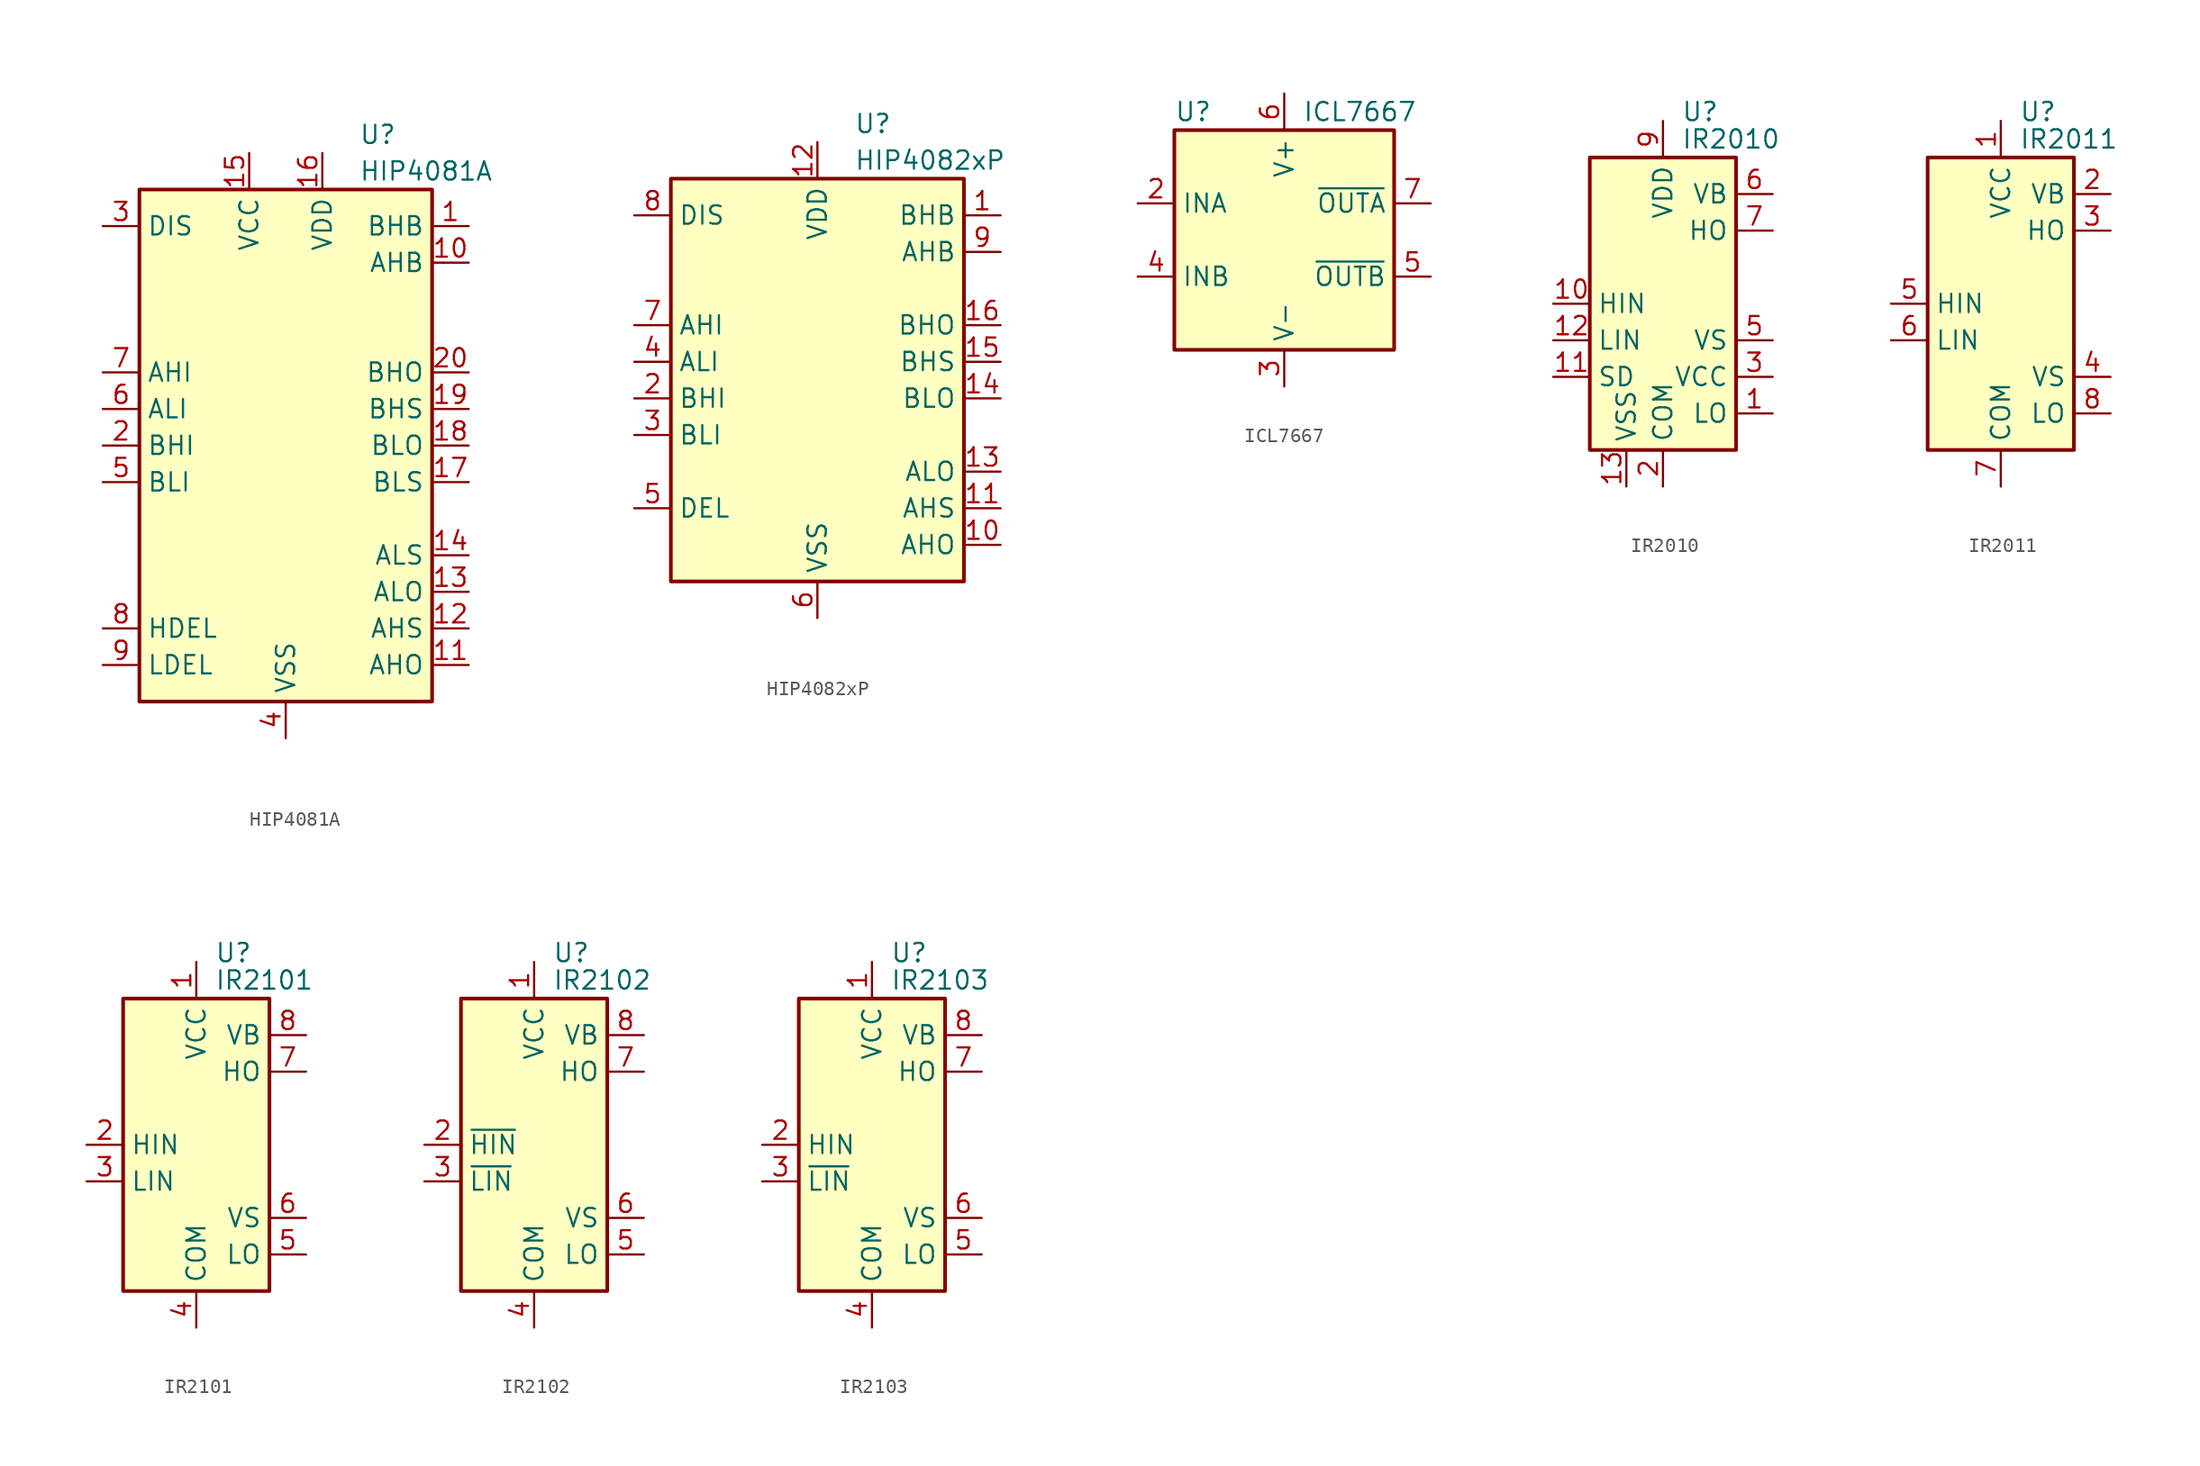
<source format=kicad_sym>
(kicad_symbol_lib
  (version 20220914)
  (generator kicad_symbol_editor)
  (symbol "HIP4081A"
    (property "Reference" "U"
      (at 5.08 21.59 0)
      (effects (font (size 1.27 1.27)) (justify left)))
    (property "Value" "HIP4081A"
      (at 5.08 19.05 0)
      (effects (font (size 1.27 1.27)) (justify left)))
    (symbol "HIP4081A_0_1"
      (rectangle (start -10.16 -17.78) (end 10.16 17.78) (stroke (width 0.254) (type default)) (fill (type background))))
    (symbol "HIP4081A_1_1"
      (pin input line (at 12.7 15.24 180) (length 2.54) (name "BHB" (effects (font (size 1.27 1.27)))) (number "1" (effects (font (size 1.27 1.27)))))
      (pin input line (at 12.7 12.7 180) (length 2.54) (name "AHB" (effects (font (size 1.27 1.27)))) (number "10" (effects (font (size 1.27 1.27)))))
      (pin output line (at 12.7 -15.24 180) (length 2.54) (name "AHO" (effects (font (size 1.27 1.27)))) (number "11" (effects (font (size 1.27 1.27)))))
      (pin passive line (at 12.7 -12.7 180) (length 2.54) (name "AHS" (effects (font (size 1.27 1.27)))) (number "12" (effects (font (size 1.27 1.27)))))
      (pin output line (at 12.7 -10.16 180) (length 2.54) (name "ALO" (effects (font (size 1.27 1.27)))) (number "13" (effects (font (size 1.27 1.27)))))
      (pin passive line (at 12.7 -7.62 180) (length 2.54) (name "ALS" (effects (font (size 1.27 1.27)))) (number "14" (effects (font (size 1.27 1.27)))))
      (pin power_in line (at -2.54 20.32 270) (length 2.54) (name "VCC" (effects (font (size 1.27 1.27)))) (number "15" (effects (font (size 1.27 1.27)))))
      (pin power_in line (at 2.54 20.32 270) (length 2.54) (name "VDD" (effects (font (size 1.27 1.27)))) (number "16" (effects (font (size 1.27 1.27)))))
      (pin passive line (at 12.7 -2.54 180) (length 2.54) (name "BLS" (effects (font (size 1.27 1.27)))) (number "17" (effects (font (size 1.27 1.27)))))
      (pin output line (at 12.7 0 180) (length 2.54) (name "BLO" (effects (font (size 1.27 1.27)))) (number "18" (effects (font (size 1.27 1.27)))))
      (pin passive line (at 12.7 2.54 180) (length 2.54) (name "BHS" (effects (font (size 1.27 1.27)))) (number "19" (effects (font (size 1.27 1.27)))))
      (pin input line (at -12.7 0 0) (length 2.54) (name "BHI" (effects (font (size 1.27 1.27)))) (number "2" (effects (font (size 1.27 1.27)))))
      (pin output line (at 12.7 5.08 180) (length 2.54) (name "BHO" (effects (font (size 1.27 1.27)))) (number "20" (effects (font (size 1.27 1.27)))))
      (pin output line (at -12.7 15.24 0) (length 2.54) (name "DIS" (effects (font (size 1.27 1.27)))) (number "3" (effects (font (size 1.27 1.27)))))
      (pin power_in line (at 0 -20.32 90) (length 2.54) (name "VSS" (effects (font (size 1.27 1.27)))) (number "4" (effects (font (size 1.27 1.27)))))
      (pin input line (at -12.7 -2.54 0) (length 2.54) (name "BLI" (effects (font (size 1.27 1.27)))) (number "5" (effects (font (size 1.27 1.27)))))
      (pin input line (at -12.7 2.54 0) (length 2.54) (name "ALI" (effects (font (size 1.27 1.27)))) (number "6" (effects (font (size 1.27 1.27)))))
      (pin input line (at -12.7 5.08 0) (length 2.54) (name "AHI" (effects (font (size 1.27 1.27)))) (number "7" (effects (font (size 1.27 1.27)))))
      (pin passive line (at -12.7 -12.7 0) (length 2.54) (name "HDEL" (effects (font (size 1.27 1.27)))) (number "8" (effects (font (size 1.27 1.27)))))
      (pin passive line (at -12.7 -15.24 0) (length 2.54) (name "LDEL" (effects (font (size 1.27 1.27)))) (number "9" (effects (font (size 1.27 1.27)))))))
  (symbol "HIP4082xP"
    (property "Reference" "U"
      (at 2.54 16.51 0)
      (effects (font (size 1.27 1.27)) (justify left)))
    (property "Value" "HIP4082xP"
      (at 2.54 13.97 0)
      (effects (font (size 1.27 1.27)) (justify left)))
    (symbol "HIP4082xP_0_0"
      (pin passive line (at -12.7 -10.16 0) (length 2.54) (name "DEL" (effects (font (size 1.27 1.27)))) (number "5" (effects (font (size 1.27 1.27))))))
    (symbol "HIP4082xP_1_1"
      (rectangle (start -10.16 -15.24) (end 10.16 12.7) (stroke (width 0.254) (type default)) (fill (type background)))
      (pin input line (at 12.7 10.16 180) (length 2.54) (name "BHB" (effects (font (size 1.27 1.27)))) (number "1" (effects (font (size 1.27 1.27)))))
      (pin output line (at 12.7 -12.7 180) (length 2.54) (name "AHO" (effects (font (size 1.27 1.27)))) (number "10" (effects (font (size 1.27 1.27)))))
      (pin passive line (at 12.7 -10.16 180) (length 2.54) (name "AHS" (effects (font (size 1.27 1.27)))) (number "11" (effects (font (size 1.27 1.27)))))
      (pin power_in line (at 0 15.24 270) (length 2.54) (name "VDD" (effects (font (size 1.27 1.27)))) (number "12" (effects (font (size 1.27 1.27)))))
      (pin output line (at 12.7 -7.62 180) (length 2.54) (name "ALO" (effects (font (size 1.27 1.27)))) (number "13" (effects (font (size 1.27 1.27)))))
      (pin output line (at 12.7 -2.54 180) (length 2.54) (name "BLO" (effects (font (size 1.27 1.27)))) (number "14" (effects (font (size 1.27 1.27)))))
      (pin passive line (at 12.7 0 180) (length 2.54) (name "BHS" (effects (font (size 1.27 1.27)))) (number "15" (effects (font (size 1.27 1.27)))))
      (pin output line (at 12.7 2.54 180) (length 2.54) (name "BHO" (effects (font (size 1.27 1.27)))) (number "16" (effects (font (size 1.27 1.27)))))
      (pin input line (at -12.7 -2.54 0) (length 2.54) (name "BHI" (effects (font (size 1.27 1.27)))) (number "2" (effects (font (size 1.27 1.27)))))
      (pin input line (at -12.7 -5.08 0) (length 2.54) (name "BLI" (effects (font (size 1.27 1.27)))) (number "3" (effects (font (size 1.27 1.27)))))
      (pin input line (at -12.7 0 0) (length 2.54) (name "ALI" (effects (font (size 1.27 1.27)))) (number "4" (effects (font (size 1.27 1.27)))))
      (pin power_in line (at 0 -17.78 90) (length 2.54) (name "VSS" (effects (font (size 1.27 1.27)))) (number "6" (effects (font (size 1.27 1.27)))))
      (pin input line (at -12.7 2.54 0) (length 2.54) (name "AHI" (effects (font (size 1.27 1.27)))) (number "7" (effects (font (size 1.27 1.27)))))
      (pin input line (at -12.7 10.16 0) (length 2.54) (name "DIS" (effects (font (size 1.27 1.27)))) (number "8" (effects (font (size 1.27 1.27)))))
      (pin input line (at 12.7 7.62 180) (length 2.54) (name "AHB" (effects (font (size 1.27 1.27)))) (number "9" (effects (font (size 1.27 1.27)))))))
  (symbol "ICL7667"
    (property "Reference" "U"
      (at -7.62 8.89 0)
      (effects (font (size 1.27 1.27)) (justify left)))
    (property "Value" "ICL7667"
      (at 1.27 8.89 0)
      (effects (font (size 1.27 1.27)) (justify left)))
    (symbol "ICL7667_0_1"
      (rectangle (start -7.62 -7.62) (end 7.62 7.62) (stroke (width 0.254) (type default)) (fill (type background))))
    (symbol "ICL7667_1_1"
      (pin no_connect line (at -7.62 0 0) (length 2.54) hide (name "NC" (effects (font (size 1.27 1.27)))) (number "1" (effects (font (size 1.27 1.27)))))
      (pin input line (at -10.16 2.54 0) (length 2.54) (name "INA" (effects (font (size 1.27 1.27)))) (number "2" (effects (font (size 1.27 1.27)))))
      (pin power_in line (at 0 -10.16 90) (length 2.54) (name "V-" (effects (font (size 1.27 1.27)))) (number "3" (effects (font (size 1.27 1.27)))))
      (pin input line (at -10.16 -2.54 0) (length 2.54) (name "INB" (effects (font (size 1.27 1.27)))) (number "4" (effects (font (size 1.27 1.27)))))
      (pin output line (at 10.16 -2.54 180) (length 2.54) (name "~{OUTB}" (effects (font (size 1.27 1.27)))) (number "5" (effects (font (size 1.27 1.27)))))
      (pin power_in line (at 0 10.16 270) (length 2.54) (name "V+" (effects (font (size 1.27 1.27)))) (number "6" (effects (font (size 1.27 1.27)))))
      (pin output line (at 10.16 2.54 180) (length 2.54) (name "~{OUTA}" (effects (font (size 1.27 1.27)))) (number "7" (effects (font (size 1.27 1.27)))))
      (pin no_connect line (at 7.62 0 180) (length 2.54) hide (name "NC" (effects (font (size 1.27 1.27)))) (number "8" (effects (font (size 1.27 1.27)))))))
  (symbol "IR2010"
    (property "Reference" "U"
      (at 1.27 13.335 0)
      (effects (font (size 1.27 1.27)) (justify left)))
    (property "Value" "IR2010"
      (at 1.27 11.43 0)
      (effects (font (size 1.27 1.27)) (justify left)))
    (symbol "IR2010_0_1"
      (rectangle (start -5.08 -10.16) (end 5.08 10.16) (stroke (width 0.254) (type default)) (fill (type background))))
    (symbol "IR2010_1_1"
      (pin output line (at 7.62 -7.62 180) (length 2.54) (name "LO" (effects (font (size 1.27 1.27)))) (number "1" (effects (font (size 1.27 1.27)))))
      (pin input line (at -7.62 0 0) (length 2.54) (name "HIN" (effects (font (size 1.27 1.27)))) (number "10" (effects (font (size 1.27 1.27)))))
      (pin input line (at -7.62 -5.08 0) (length 2.54) (name "SD" (effects (font (size 1.27 1.27)))) (number "11" (effects (font (size 1.27 1.27)))))
      (pin input line (at -7.62 -2.54 0) (length 2.54) (name "LIN" (effects (font (size 1.27 1.27)))) (number "12" (effects (font (size 1.27 1.27)))))
      (pin power_in line (at -2.54 -12.7 90) (length 2.54) (name "VSS" (effects (font (size 1.27 1.27)))) (number "13" (effects (font (size 1.27 1.27)))))
      (pin no_connect line (at -5.08 2.54 0) (length 2.54) hide (name "NC" (effects (font (size 1.27 1.27)))) (number "14" (effects (font (size 1.27 1.27)))))
      (pin power_in line (at 0 -12.7 90) (length 2.54) (name "COM" (effects (font (size 1.27 1.27)))) (number "2" (effects (font (size 1.27 1.27)))))
      (pin power_in line (at 7.62 -5.08 180) (length 2.54) (name "VCC" (effects (font (size 1.27 1.27)))) (number "3" (effects (font (size 1.27 1.27)))))
      (pin no_connect line (at -5.08 7.62 0) (length 2.54) hide (name "NC" (effects (font (size 1.27 1.27)))) (number "4" (effects (font (size 1.27 1.27)))))
      (pin passive line (at 7.62 -2.54 180) (length 2.54) (name "VS" (effects (font (size 1.27 1.27)))) (number "5" (effects (font (size 1.27 1.27)))))
      (pin passive line (at 7.62 7.62 180) (length 2.54) (name "VB" (effects (font (size 1.27 1.27)))) (number "6" (effects (font (size 1.27 1.27)))))
      (pin output line (at 7.62 5.08 180) (length 2.54) (name "HO" (effects (font (size 1.27 1.27)))) (number "7" (effects (font (size 1.27 1.27)))))
      (pin no_connect line (at -5.08 5.08 0) (length 2.54) hide (name "NC" (effects (font (size 1.27 1.27)))) (number "8" (effects (font (size 1.27 1.27)))))
      (pin power_in line (at 0 12.7 270) (length 2.54) (name "VDD" (effects (font (size 1.27 1.27)))) (number "9" (effects (font (size 1.27 1.27)))))))
  (symbol "IR2011"
    (property "Reference" "U"
      (at 1.27 13.335 0)
      (effects (font (size 1.27 1.27)) (justify left)))
    (property "Value" "IR2011"
      (at 1.27 11.43 0)
      (effects (font (size 1.27 1.27)) (justify left)))
    (symbol "IR2011_0_1"
      (rectangle (start -5.08 -10.16) (end 5.08 10.16) (stroke (width 0.254) (type default)) (fill (type background))))
    (symbol "IR2011_1_1"
      (pin power_in line (at 0 12.7 270) (length 2.54) (name "VCC" (effects (font (size 1.27 1.27)))) (number "1" (effects (font (size 1.27 1.27)))))
      (pin passive line (at 7.62 7.62 180) (length 2.54) (name "VB" (effects (font (size 1.27 1.27)))) (number "2" (effects (font (size 1.27 1.27)))))
      (pin output line (at 7.62 5.08 180) (length 2.54) (name "HO" (effects (font (size 1.27 1.27)))) (number "3" (effects (font (size 1.27 1.27)))))
      (pin passive line (at 7.62 -5.08 180) (length 2.54) (name "VS" (effects (font (size 1.27 1.27)))) (number "4" (effects (font (size 1.27 1.27)))))
      (pin input line (at -7.62 0 0) (length 2.54) (name "HIN" (effects (font (size 1.27 1.27)))) (number "5" (effects (font (size 1.27 1.27)))))
      (pin input line (at -7.62 -2.54 0) (length 2.54) (name "LIN" (effects (font (size 1.27 1.27)))) (number "6" (effects (font (size 1.27 1.27)))))
      (pin power_in line (at 0 -12.7 90) (length 2.54) (name "COM" (effects (font (size 1.27 1.27)))) (number "7" (effects (font (size 1.27 1.27)))))
      (pin output line (at 7.62 -7.62 180) (length 2.54) (name "LO" (effects (font (size 1.27 1.27)))) (number "8" (effects (font (size 1.27 1.27)))))))
  (symbol "IR2101"
    (property "Reference" "U"
      (at 1.27 13.335 0)
      (effects (font (size 1.27 1.27)) (justify left)))
    (property "Value" "IR2101"
      (at 1.27 11.43 0)
      (effects (font (size 1.27 1.27)) (justify left)))
    (symbol "IR2101_0_1"
      (rectangle (start -5.08 -10.16) (end 5.08 10.16) (stroke (width 0.254) (type default)) (fill (type background))))
    (symbol "IR2101_1_1"
      (pin power_in line (at 0 12.7 270) (length 2.54) (name "VCC" (effects (font (size 1.27 1.27)))) (number "1" (effects (font (size 1.27 1.27)))))
      (pin input line (at -7.62 0 0) (length 2.54) (name "HIN" (effects (font (size 1.27 1.27)))) (number "2" (effects (font (size 1.27 1.27)))))
      (pin input line (at -7.62 -2.54 0) (length 2.54) (name "LIN" (effects (font (size 1.27 1.27)))) (number "3" (effects (font (size 1.27 1.27)))))
      (pin power_in line (at 0 -12.7 90) (length 2.54) (name "COM" (effects (font (size 1.27 1.27)))) (number "4" (effects (font (size 1.27 1.27)))))
      (pin output line (at 7.62 -7.62 180) (length 2.54) (name "LO" (effects (font (size 1.27 1.27)))) (number "5" (effects (font (size 1.27 1.27)))))
      (pin passive line (at 7.62 -5.08 180) (length 2.54) (name "VS" (effects (font (size 1.27 1.27)))) (number "6" (effects (font (size 1.27 1.27)))))
      (pin output line (at 7.62 5.08 180) (length 2.54) (name "HO" (effects (font (size 1.27 1.27)))) (number "7" (effects (font (size 1.27 1.27)))))
      (pin passive line (at 7.62 7.62 180) (length 2.54) (name "VB" (effects (font (size 1.27 1.27)))) (number "8" (effects (font (size 1.27 1.27)))))))
  (symbol "IR2102"
    (property "Reference" "U"
      (at 1.27 13.335 0)
      (effects (font (size 1.27 1.27)) (justify left)))
    (property "Value" "IR2102"
      (at 1.27 11.43 0)
      (effects (font (size 1.27 1.27)) (justify left)))
    (symbol "IR2102_0_1"
      (rectangle (start -5.08 -10.16) (end 5.08 10.16) (stroke (width 0.254) (type default)) (fill (type background))))
    (symbol "IR2102_1_1"
      (pin power_in line (at 0 12.7 270) (length 2.54) (name "VCC" (effects (font (size 1.27 1.27)))) (number "1" (effects (font (size 1.27 1.27)))))
      (pin input line (at -7.62 0 0) (length 2.54) (name "~{HIN}" (effects (font (size 1.27 1.27)))) (number "2" (effects (font (size 1.27 1.27)))))
      (pin input line (at -7.62 -2.54 0) (length 2.54) (name "~{LIN}" (effects (font (size 1.27 1.27)))) (number "3" (effects (font (size 1.27 1.27)))))
      (pin power_in line (at 0 -12.7 90) (length 2.54) (name "COM" (effects (font (size 1.27 1.27)))) (number "4" (effects (font (size 1.27 1.27)))))
      (pin output line (at 7.62 -7.62 180) (length 2.54) (name "LO" (effects (font (size 1.27 1.27)))) (number "5" (effects (font (size 1.27 1.27)))))
      (pin passive line (at 7.62 -5.08 180) (length 2.54) (name "VS" (effects (font (size 1.27 1.27)))) (number "6" (effects (font (size 1.27 1.27)))))
      (pin output line (at 7.62 5.08 180) (length 2.54) (name "HO" (effects (font (size 1.27 1.27)))) (number "7" (effects (font (size 1.27 1.27)))))
      (pin passive line (at 7.62 7.62 180) (length 2.54) (name "VB" (effects (font (size 1.27 1.27)))) (number "8" (effects (font (size 1.27 1.27)))))))
  (symbol "IR2103"
    (property "Reference" "U"
      (at 1.27 13.335 0)
      (effects (font (size 1.27 1.27)) (justify left)))
    (property "Value" "IR2103"
      (at 1.27 11.43 0)
      (effects (font (size 1.27 1.27)) (justify left)))
    (symbol "IR2103_0_1"
      (rectangle (start -5.08 -10.16) (end 5.08 10.16) (stroke (width 0.254) (type default)) (fill (type background))))
    (symbol "IR2103_1_1"
      (pin power_in line (at 0 12.7 270) (length 2.54) (name "VCC" (effects (font (size 1.27 1.27)))) (number "1" (effects (font (size 1.27 1.27)))))
      (pin input line (at -7.62 0 0) (length 2.54) (name "HIN" (effects (font (size 1.27 1.27)))) (number "2" (effects (font (size 1.27 1.27)))))
      (pin input line (at -7.62 -2.54 0) (length 2.54) (name "~{LIN}" (effects (font (size 1.27 1.27)))) (number "3" (effects (font (size 1.27 1.27)))))
      (pin power_in line (at 0 -12.7 90) (length 2.54) (name "COM" (effects (font (size 1.27 1.27)))) (number "4" (effects (font (size 1.27 1.27)))))
      (pin output line (at 7.62 -7.62 180) (length 2.54) (name "LO" (effects (font (size 1.27 1.27)))) (number "5" (effects (font (size 1.27 1.27)))))
      (pin passive line (at 7.62 -5.08 180) (length 2.54) (name "VS" (effects (font (size 1.27 1.27)))) (number "6" (effects (font (size 1.27 1.27)))))
      (pin output line (at 7.62 5.08 180) (length 2.54) (name "HO" (effects (font (size 1.27 1.27)))) (number "7" (effects (font (size 1.27 1.27)))))
      (pin passive line (at 7.62 7.62 180) (length 2.54) (name "VB" (effects (font (size 1.27 1.27)))) (number "8" (effects (font (size 1.27 1.27))))))))
</source>
